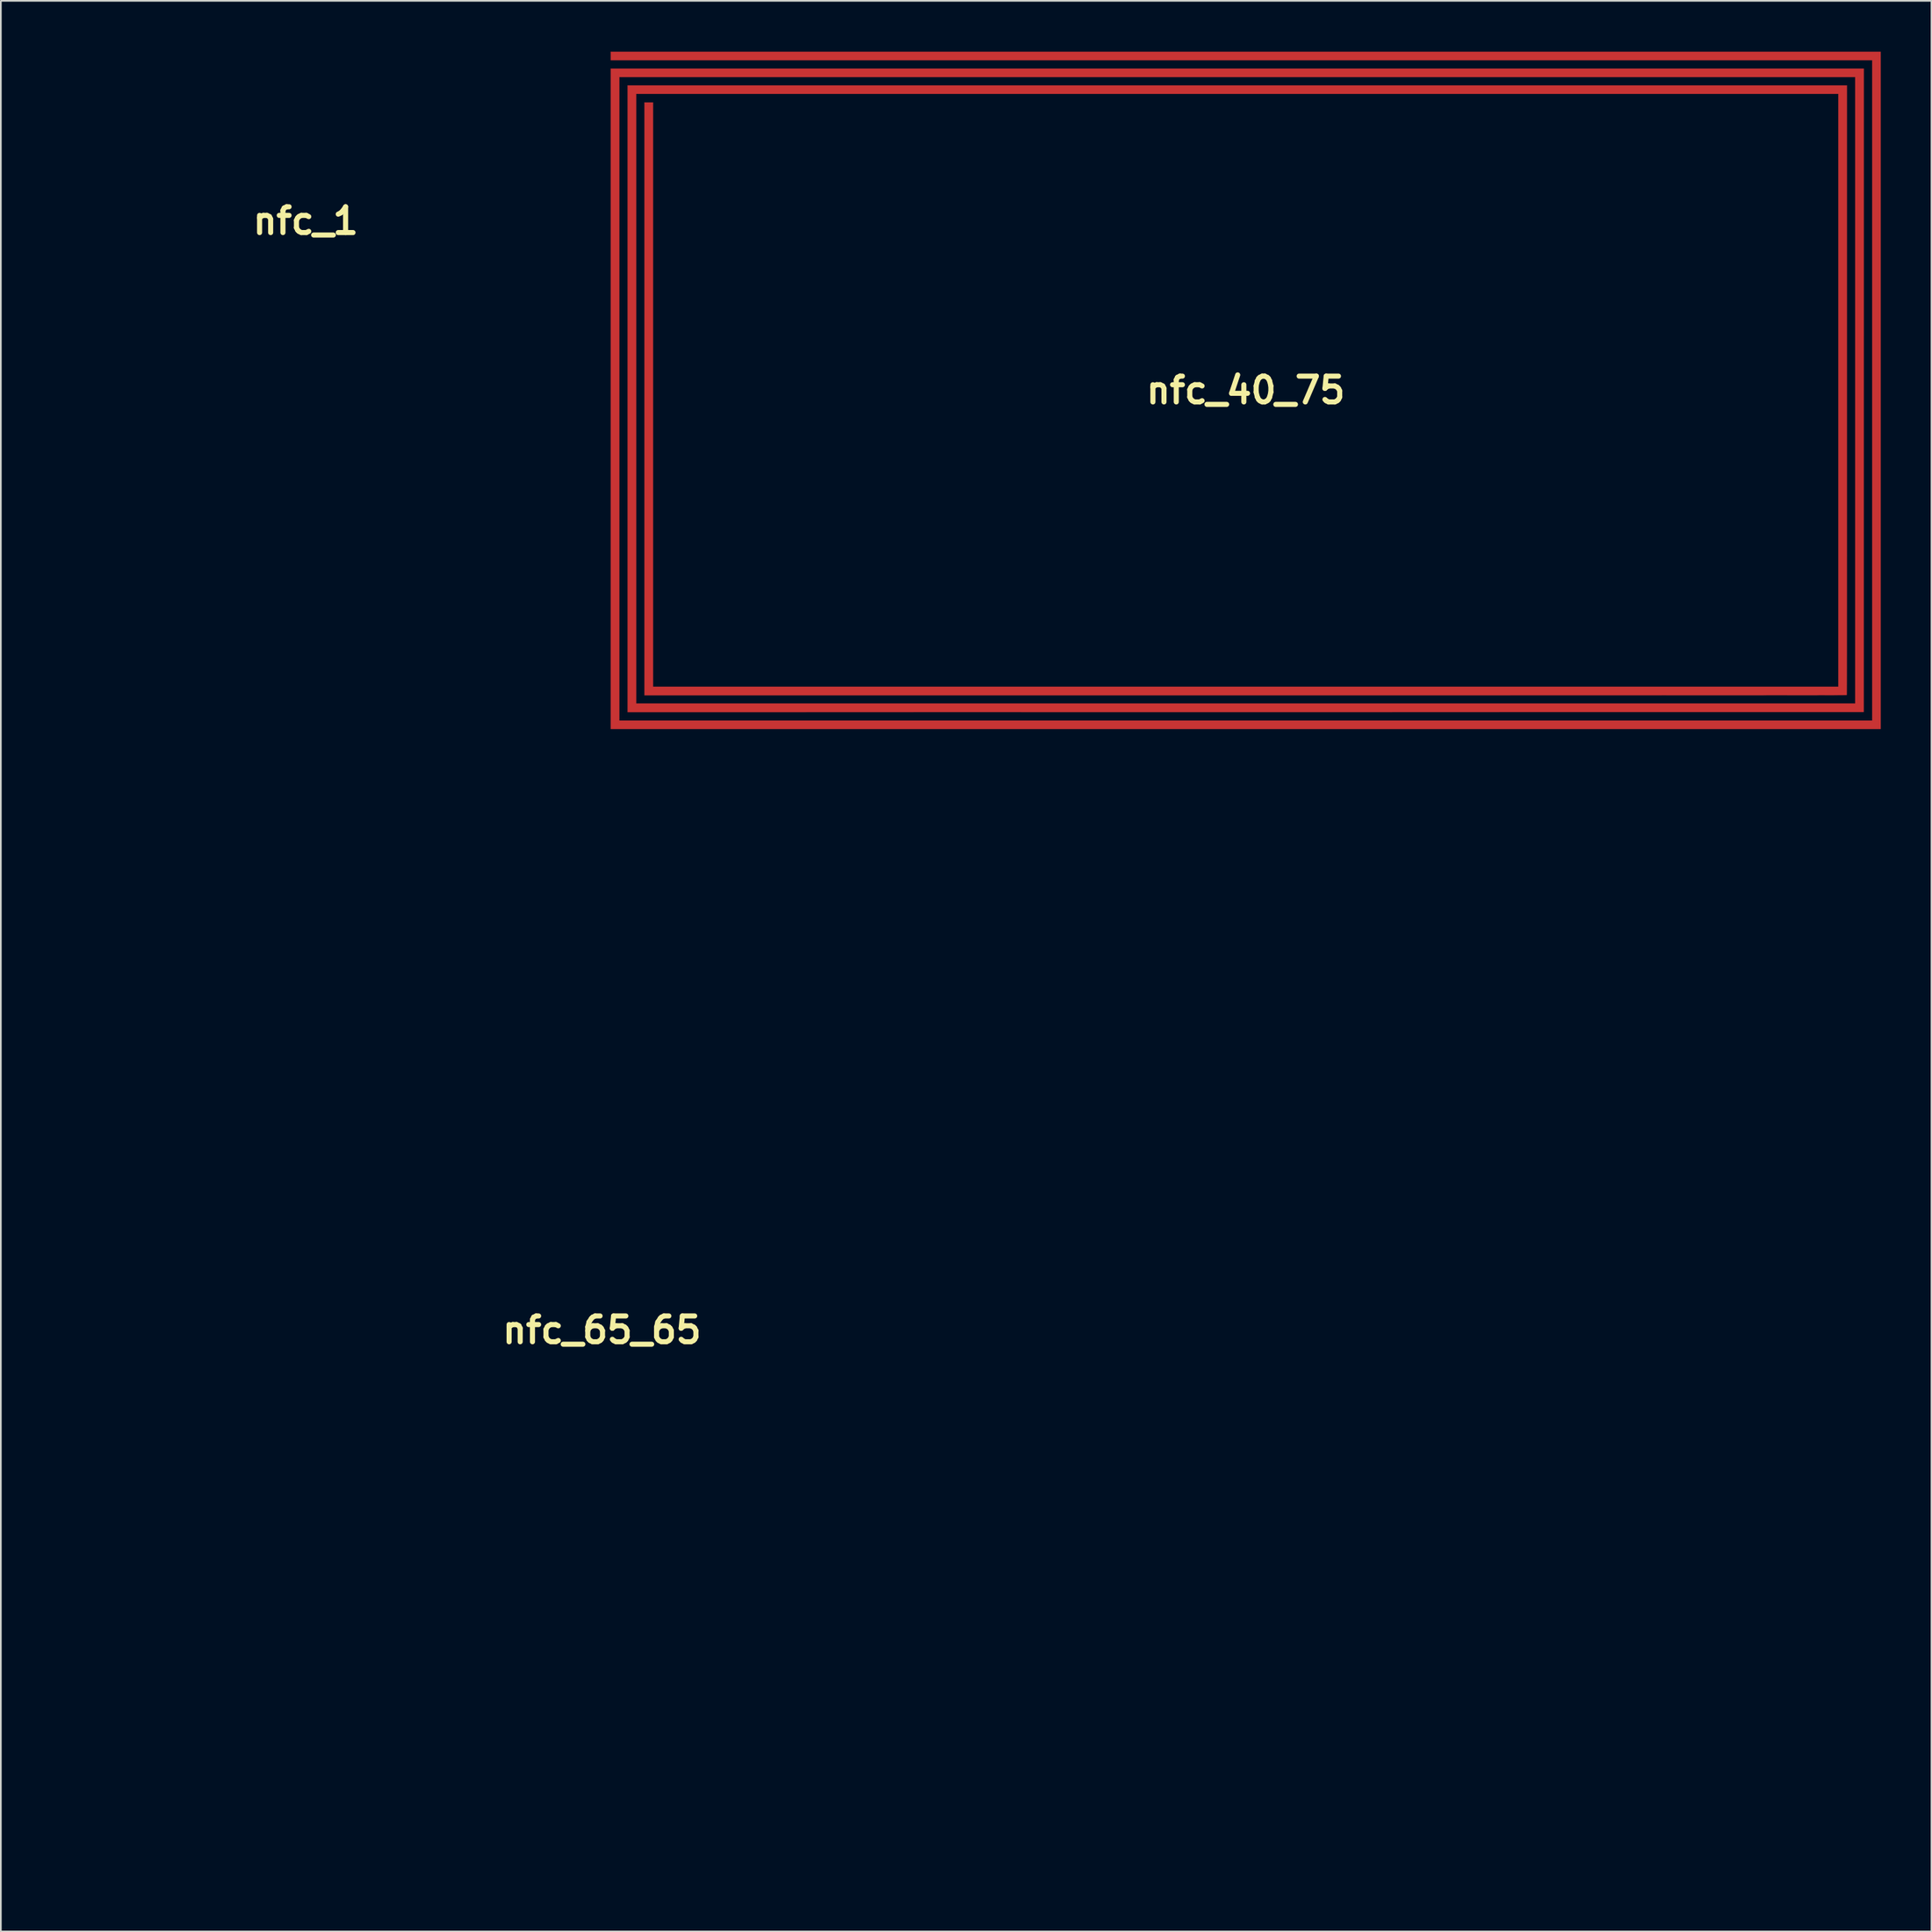
<source format=kicad_pcb>
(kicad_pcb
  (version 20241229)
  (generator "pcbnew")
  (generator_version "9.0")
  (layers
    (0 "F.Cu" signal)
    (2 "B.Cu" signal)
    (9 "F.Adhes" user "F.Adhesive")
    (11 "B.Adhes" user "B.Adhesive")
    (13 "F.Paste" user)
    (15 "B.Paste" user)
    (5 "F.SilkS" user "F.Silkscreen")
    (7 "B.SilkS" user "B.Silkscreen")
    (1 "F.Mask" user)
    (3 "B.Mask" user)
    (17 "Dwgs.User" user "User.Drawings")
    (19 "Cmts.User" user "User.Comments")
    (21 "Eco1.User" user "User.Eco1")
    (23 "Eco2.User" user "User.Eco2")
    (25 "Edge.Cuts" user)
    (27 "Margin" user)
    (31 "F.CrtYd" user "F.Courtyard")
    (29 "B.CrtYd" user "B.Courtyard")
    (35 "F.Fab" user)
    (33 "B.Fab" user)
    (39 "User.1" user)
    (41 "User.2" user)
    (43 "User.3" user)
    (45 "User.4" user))
  (footprint "nfc_1"
    (layer "F.Cu")
    (at 15.002 9.996)
    (property "Reference" "nfc_1" (at 0 0 0) (layer "F.SilkS") (effects (font (size 1.524 1.524) (thickness 0.3))))
    (attr through_hole)
    (fp_poly (pts (xy 15.005 0.008) (xy 15.002 10.007) (xy 0.003 10.009) (xy -14.997 10.012) (xy -14.997 -9.588) (xy 14.605 -9.588) (xy 14.605 -0.005) (xy 14.605 0.543) (xy 14.605 1.071) (xy 14.605 1.578) (xy 14.605 2.064) (xy 14.605 2.532) (xy 14.605 2.98) (xy 14.605 3.409) (xy 14.605 3.819) (xy 14.605 4.212) (xy 14.605 4.587) (xy 14.604 4.945) (xy 14.604 5.286) (xy 14.604 5.61) (xy 14.604 5.918) (xy 14.604 6.211) (xy 14.604 6.488) (xy 14.604 6.75) (xy 14.603 6.997) (xy 14.603 7.231) (xy 14.603 7.45) (xy 14.603 7.657) (xy 14.602 7.85) (xy 14.602 8.03) (xy 14.602 8.199) (xy 14.601 8.355) (xy 14.601 8.5) (xy 14.601 8.634) (xy 14.6 8.757) (xy 14.6 8.87) (xy 14.599 8.973) (xy 14.599 9.067) (xy 14.599 9.151) (xy 14.598 9.227) (xy 14.597 9.294) (xy 14.597 9.354) (xy 14.596 9.406) (xy 14.596 9.45) (xy 14.595 9.488) (xy 14.594 9.519) (xy 14.594 9.545) (xy 14.593 9.564) (xy 14.592 9.579) (xy 14.591 9.588) (xy 14.59 9.594) (xy 14.59 9.595) (xy 14.587 9.595) (xy 14.58 9.596) (xy 14.569 9.597) (xy 14.553 9.597) (xy 14.531 9.598) (xy 14.505 9.598) (xy 14.472 9.599) (xy 14.434 9.6) (xy 14.389 9.6) (xy 14.337 9.601) (xy 14.278 9.601) (xy 14.212 9.602) (xy 14.139 9.602) (xy 14.057 9.603) (xy 13.967 9.603) (xy 13.869 9.603) (xy 13.762 9.604) (xy 13.645 9.604) (xy 13.519 9.605) (xy 13.383 9.605) (xy 13.237 9.605) (xy 13.08 9.606) (xy 12.913 9.606) (xy 12.735 9.606) (xy 12.545 9.606) (xy 12.343 9.607) (xy 12.129 9.607) (xy 11.903 9.607) (xy 11.665 9.607) (xy 11.413 9.608) (xy 11.148 9.608) (xy 10.869 9.608) (xy 10.577 9.608) (xy 10.27 9.608) (xy 9.949 9.608) (xy 9.613 9.609) (xy 9.261 9.609) (xy 8.894 9.609) (xy 8.511 9.609) (xy 8.113 9.609) (xy 7.697 9.609) (xy 7.265 9.609) (xy 6.816 9.609) (xy 6.349 9.609) (xy 5.865 9.609) (xy 5.363 9.609) (xy 4.842 9.61) (xy 4.303 9.61) (xy 3.744 9.61) (xy 3.167 9.61) (xy 2.57 9.61) (xy 1.953 9.61) (xy 1.315 9.61) (xy 0.657 9.61) (xy -0.01 9.61) (xy -14.594 9.61) (xy -14.594 -9.186) (xy 14.192 -9.186) (xy 14.187 9.192) (xy -0.003 9.194) (xy -14.192 9.197) (xy -14.192 -8.774) (xy -13.981 -8.774) (xy -13.981 8.985) (xy 13.981 8.985) (xy 13.981 -8.985) (xy -14.383 -8.985) (xy -14.383 9.398) (xy 14.393 9.398) (xy 14.393 -9.387) (xy -14.785 -9.387) (xy -14.785 9.8) (xy 14.796 9.8) (xy 14.796 -9.79) (xy -14.997 -9.79) (xy -14.997 -9.991) (xy 15.007 -9.991) (xy 15.005 0.008)) (stroke (width 0.01) (type solid)) (fill no) (layer "Eco2.User")))
  (footprint "nfc_40_75"
    (layer "F.Cu")
    (at 70.516 19.997)
    (property "Reference" "nfc_40_75" (at 0 0 0) (layer "F.SilkS") (effects (font (size 1.524 1.524) (thickness 0.3))))
    (attr through_hole)
    (fp_poly (pts (xy 37.497 20.003) (xy -37.497 20.003) (xy -37.497 -18.997) (xy 36.502 -18.997) (xy 36.499 0.003) (xy 36.497 19.002) (xy -0.003 19.005) (xy -36.502 19.008) (xy -36.502 -18.002) (xy 35.507 -18.002) (xy 35.507 -0.01) (xy 35.507 0.745) (xy 35.507 1.478) (xy 35.507 2.192) (xy 35.507 2.884) (xy 35.507 3.557) (xy 35.507 4.21) (xy 35.507 4.844) (xy 35.507 5.458) (xy 35.507 6.053) (xy 35.507 6.63) (xy 35.507 7.189) (xy 35.507 7.729) (xy 35.507 8.252) (xy 35.507 8.757) (xy 35.507 9.245) (xy 35.507 9.716) (xy 35.506 10.17) (xy 35.506 10.608) (xy 35.506 11.03) (xy 35.506 11.437) (xy 35.506 11.827) (xy 35.506 12.203) (xy 35.506 12.564) (xy 35.506 12.909) (xy 35.505 13.241) (xy 35.505 13.558) (xy 35.505 13.862) (xy 35.505 14.152) (xy 35.505 14.429) (xy 35.505 14.693) (xy 35.504 14.944) (xy 35.504 15.183) (xy 35.504 15.41) (xy 35.504 15.625) (xy 35.503 15.829) (xy 35.503 16.021) (xy 35.503 16.202) (xy 35.503 16.373) (xy 35.502 16.533) (xy 35.502 16.683) (xy 35.502 16.823) (xy 35.501 16.954) (xy 35.501 17.075) (xy 35.501 17.187) (xy 35.5 17.291) (xy 35.5 17.386) (xy 35.499 17.473) (xy 35.499 17.553) (xy 35.499 17.624) (xy 35.498 17.689) (xy 35.498 17.746) (xy 35.497 17.797) (xy 35.497 17.841) (xy 35.496 17.879) (xy 35.496 17.912) (xy 35.495 17.938) (xy 35.494 17.96) (xy 35.494 17.976) (xy 35.493 17.988) (xy 35.493 17.995) (xy 35.492 17.998) (xy 35.492 17.998) (xy 35.49 17.998) (xy 35.483 17.999) (xy 35.472 17.999) (xy 35.457 17.999) (xy 35.437 18) (xy 35.413 18) (xy 35.383 18.001) (xy 35.348 18.001) (xy 35.307 18.001) (xy 35.261 18.002) (xy 35.209 18.002) (xy 35.151 18.003) (xy 35.086 18.003) (xy 35.015 18.003) (xy 34.938 18.004) (xy 34.853 18.004) (xy 34.762 18.004) (xy 34.663 18.005) (xy 34.557 18.005) (xy 34.443 18.005) (xy 34.321 18.005) (xy 34.191 18.006) (xy 34.053 18.006) (xy 33.906 18.006) (xy 33.751 18.007) (xy 33.586 18.007) (xy 33.413 18.007) (xy 33.23 18.007) (xy 33.038 18.008) (xy 32.836 18.008) (xy 32.624 18.008) (xy 32.402 18.008) (xy 32.17 18.008) (xy 31.927 18.009) (xy 31.673 18.009) (xy 31.409 18.009) (xy 31.134 18.009) (xy 30.847 18.009) (xy 30.548 18.01) (xy 30.238 18.01) (xy 29.916 18.01) (xy 29.582 18.01) (xy 29.236 18.01) (xy 28.877 18.01) (xy 28.505 18.01) (xy 28.12 18.011) (xy 27.723 18.011) (xy 27.312 18.011) (xy 26.887 18.011) (xy 26.449 18.011) (xy 25.996 18.011) (xy 25.53 18.011) (xy 25.049 18.011) (xy 24.554 18.012) (xy 24.044 18.012) (xy 23.519 18.012) (xy 22.978 18.012) (xy 22.423 18.012) (xy 21.852 18.012) (xy 21.265 18.012) (xy 20.662 18.012) (xy 20.043 18.012) (xy 19.408 18.012) (xy 18.756 18.012) (xy 18.088 18.012) (xy 17.402 18.012) (xy 16.699 18.012) (xy 15.979 18.012) (xy 15.241 18.013) (xy 14.486 18.013) (xy 13.713 18.013) (xy 12.921 18.013) (xy 12.111 18.013) (xy 11.282 18.013) (xy 10.435 18.013) (xy 9.569 18.013) (xy 8.683 18.013) (xy 7.779 18.013) (xy 6.854 18.013) (xy 5.91 18.013) (xy 4.946 18.013) (xy 3.961 18.013) (xy 2.956 18.013) (xy 1.931 18.013) (xy 0.885 18.013) (xy -0.015 18.013) (xy -35.507 18.013) (xy -35.507 -16.997) (xy -34.999 -16.997) (xy -34.999 17.505) (xy 34.999 17.505) (xy 34.999 -17.505) (xy -35.994 -17.505) (xy -35.994 18.5) (xy 35.994 18.5) (xy 35.994 -18.5) (xy -36.989 -18.5) (xy -36.989 19.505) (xy 36.999 19.505) (xy 36.999 -19.494) (xy -37.497 -19.494) (xy -37.497 -19.992) (xy 37.497 -19.992) (xy 37.497 20.003)) (stroke (width 0.01) (type solid)) (fill yes) (layer "F.Cu")))
  (footprint "nfc_65_65"
    (layer "F.Cu")
    (at 32.496 75.5)
    (property "Reference" "nfc_65_65" (at 0 0 0) (layer "F.SilkS") (effects (font (size 1.524 1.524) (thickness 0.3))))
    (attr through_hole)
    (fp_poly (pts (xy 32.509 0.008) (xy 32.507 32.507) (xy 0.008 32.509) (xy -32.491 32.512) (xy -32.491 -31.496) (xy 31.517 -31.496) (xy 31.517 -0.005) (xy 31.517 0.997) (xy 31.517 1.978) (xy 31.517 2.938) (xy 31.517 3.877) (xy 31.517 4.796) (xy 31.517 5.695) (xy 31.517 6.574) (xy 31.517 7.433) (xy 31.517 8.273) (xy 31.517 9.094) (xy 31.517 9.896) (xy 31.517 10.678) (xy 31.517 11.443) (xy 31.517 12.189) (xy 31.517 12.916) (xy 31.517 13.626) (xy 31.517 14.318) (xy 31.517 14.993) (xy 31.517 15.65) (xy 31.517 16.29) (xy 31.517 16.913) (xy 31.517 17.52) (xy 31.516 18.11) (xy 31.516 18.683) (xy 31.516 19.241) (xy 31.516 19.783) (xy 31.516 20.31) (xy 31.516 20.821) (xy 31.516 21.316) (xy 31.516 21.797) (xy 31.516 22.263) (xy 31.516 22.715) (xy 31.516 23.152) (xy 31.515 23.575) (xy 31.515 23.985) (xy 31.515 24.38) (xy 31.515 24.762) (xy 31.515 25.131) (xy 31.515 25.487) (xy 31.515 25.83) (xy 31.514 26.161) (xy 31.514 26.479) (xy 31.514 26.785) (xy 31.514 27.079) (xy 31.514 27.361) (xy 31.514 27.631) (xy 31.513 27.891) (xy 31.513 28.139) (xy 31.513 28.376) (xy 31.513 28.603) (xy 31.512 28.819) (xy 31.512 29.025) (xy 31.512 29.221) (xy 31.512 29.407) (xy 31.512 29.584) (xy 31.511 29.751) (xy 31.511 29.909) (xy 31.511 30.058) (xy 31.51 30.198) (xy 31.51 30.33) (xy 31.51 30.453) (xy 31.51 30.568) (xy 31.509 30.675) (xy 31.509 30.775) (xy 31.509 30.867) (xy 31.508 30.952) (xy 31.508 31.03) (xy 31.507 31.101) (xy 31.507 31.166) (xy 31.507 31.224) (xy 31.506 31.276) (xy 31.506 31.322) (xy 31.506 31.362) (xy 31.505 31.397) (xy 31.505 31.426) (xy 31.504 31.45) (xy 31.504 31.469) (xy 31.503 31.484) (xy 31.503 31.494) (xy 31.502 31.5) (xy 31.502 31.502) (xy 31.5 31.503) (xy 31.493 31.503) (xy 31.482 31.503) (xy 31.467 31.504) (xy 31.447 31.504) (xy 31.422 31.505) (xy 31.392 31.505) (xy 31.356 31.506) (xy 31.315 31.506) (xy 31.269 31.506) (xy 31.216 31.507) (xy 31.157 31.507) (xy 31.091 31.508) (xy 31.019 31.508) (xy 30.94 31.508) (xy 30.855 31.509) (xy 30.761 31.509) (xy 30.66 31.509) (xy 30.552 31.51) (xy 30.436 31.51) (xy 30.311 31.51) (xy 30.178 31.51) (xy 30.037 31.511) (xy 29.887 31.511) (xy 29.727 31.511) (xy 29.559 31.512) (xy 29.381 31.512) (xy 29.193 31.512) (xy 28.996 31.512) (xy 28.789 31.513) (xy 28.571 31.513) (xy 28.343 31.513) (xy 28.104 31.513) (xy 27.854 31.513) (xy 27.593 31.514) (xy 27.321 31.514) (xy 27.037 31.514) (xy 26.741 31.514) (xy 26.434 31.514) (xy 26.114 31.514) (xy 25.782 31.515) (xy 25.437 31.515) (xy 25.079 31.515) (xy 24.708 31.515) (xy 24.324 31.515) (xy 23.927 31.515) (xy 23.515 31.515) (xy 23.09 31.516) (xy 22.651 31.516) (xy 22.197 31.516) (xy 21.729 31.516) (xy 21.246 31.516) (xy 20.748 31.516) (xy 20.235 31.516) (xy 19.706 31.516) (xy 19.162 31.516) (xy 18.602 31.516) (xy 18.026 31.516) (xy 17.433 31.517) (xy 16.824 31.517) (xy 16.199 31.517) (xy 15.556 31.517) (xy 14.897 31.517) (xy 14.22 31.517) (xy 13.525 31.517) (xy 12.813 31.517) (xy 12.082 31.517) (xy 11.334 31.517) (xy 10.567 31.517) (xy 9.781 31.517) (xy 8.977 31.517) (xy 8.153 31.517) (xy 7.311 31.517) (xy 6.449 31.517) (xy 5.567 31.517) (xy 4.665 31.517) (xy 3.743 31.517) (xy 2.801 31.517) (xy 1.838 31.517) (xy 0.854 31.517) (xy -0.005 31.517) (xy -31.496 31.517) (xy -31.496 -30.501) (xy -30.988 -30.501) (xy -30.988 31.009) (xy 31.009 31.009) (xy 31.009 -30.999) (xy -31.983 -30.999) (xy -31.983 32.004) (xy 32.004 32.004) (xy 32.004 -31.993) (xy -32.491 -31.993) (xy -32.491 -32.491) (xy 32.512 -32.491) (xy 32.509 0.008)) (stroke (width 0.01) (type solid)) (fill no) (layer "Eco2.User")))
  (gr_rect
    (start -3 -3)
    (end 111.017 111.017)
    (stroke (width 0.1) (type default))
    (fill no)
    (layer "Edge.Cuts")))
</source>
